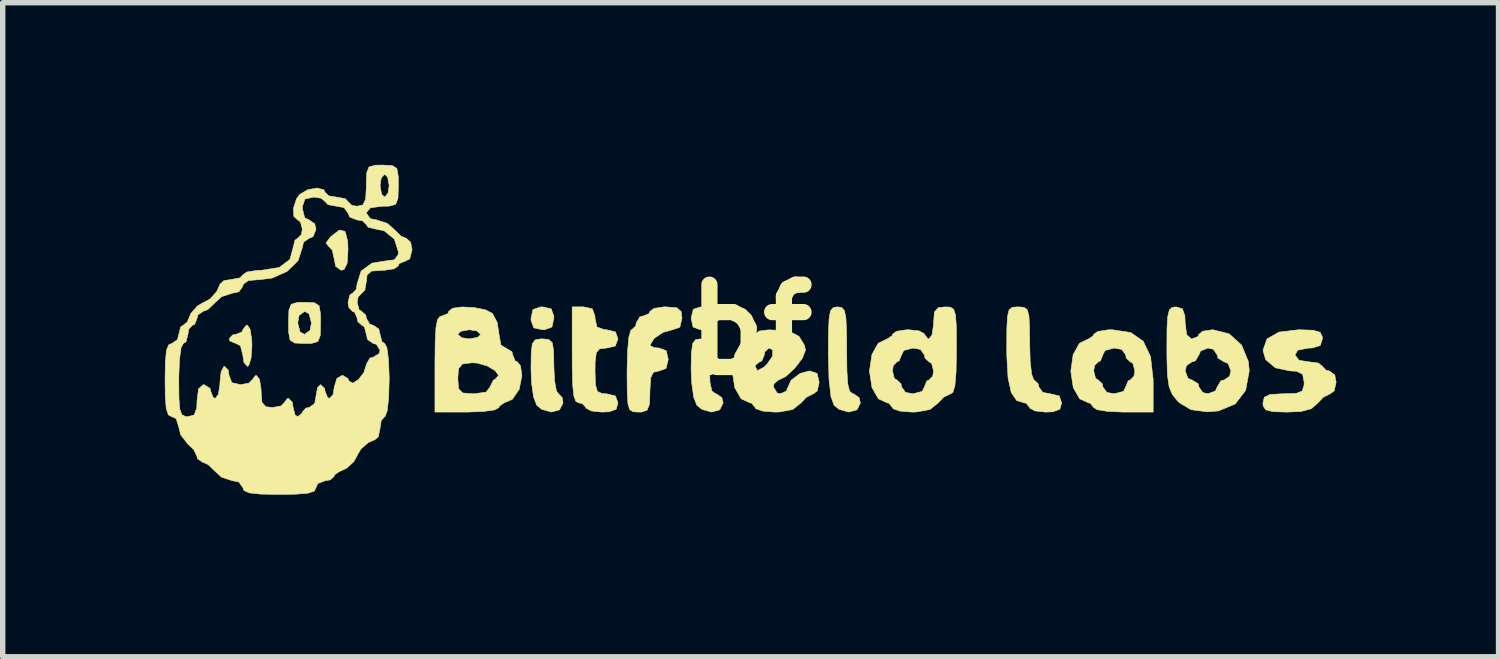
<source format=kicad_pcb>
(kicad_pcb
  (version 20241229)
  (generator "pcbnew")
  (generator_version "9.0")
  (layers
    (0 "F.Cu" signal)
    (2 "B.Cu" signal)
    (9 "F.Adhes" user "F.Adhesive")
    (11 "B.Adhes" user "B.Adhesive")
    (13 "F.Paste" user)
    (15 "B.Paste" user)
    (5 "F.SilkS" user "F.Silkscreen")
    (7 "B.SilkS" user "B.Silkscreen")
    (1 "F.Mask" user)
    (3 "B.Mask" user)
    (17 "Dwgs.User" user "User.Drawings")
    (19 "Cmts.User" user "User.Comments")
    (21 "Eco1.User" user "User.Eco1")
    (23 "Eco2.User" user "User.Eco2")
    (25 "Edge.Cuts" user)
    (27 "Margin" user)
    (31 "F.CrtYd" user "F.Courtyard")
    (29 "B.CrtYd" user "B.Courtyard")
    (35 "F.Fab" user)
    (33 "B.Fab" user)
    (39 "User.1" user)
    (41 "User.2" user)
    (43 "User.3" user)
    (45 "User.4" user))
  (footprint "bf"
    (layer "F.Cu")
    (at 10.842 3.053)
    (property "Reference" "bf" (at 0 0 0) (layer "F.SilkS") (effects (font (size 1.524 1.524) (thickness 0.3))))
    (attr through_hole)
    (fp_poly (pts (xy -0.799 -0.374) (xy -0.762 -0.212) (xy -0.802 -0.046) (xy -0.931 0) (xy -1.064 -0.05) (xy -1.101 -0.212) (xy -1.061 -0.378) (xy -0.931 -0.423) (xy -0.799 -0.374)) (stroke (width 0.01) (type solid)) (fill yes) (layer "F.SilkS"))
    (fp_poly (pts (xy -3.691 -0.388) (xy -3.642 -0.251) (xy -3.641 -0.212) (xy -3.676 -0.051) (xy -3.813 -0.001) (xy -3.852 0) (xy -4.013 -0.035) (xy -4.063 -0.173) (xy -4.064 -0.212) (xy -4.029 -0.373) (xy -3.891 -0.422) (xy -3.852 -0.423) (xy -3.691 -0.388)) (stroke (width 0.01) (type solid)) (fill yes) (layer "F.SilkS"))
    (fp_poly (pts (xy -7.505 -1.82) (xy -7.457 -1.639) (xy -7.451 -1.482) (xy -7.467 -1.231) (xy -7.524 -1.116) (xy -7.578 -1.101) (xy -7.68 -1.174) (xy -7.705 -1.305) (xy -7.743 -1.476) (xy -7.81 -1.545) (xy -7.858 -1.606) (xy -7.773 -1.721) (xy -7.609 -1.846) (xy -7.505 -1.82)) (stroke (width 0.01) (type solid)) (fill yes) (layer "F.SilkS"))
    (fp_poly (pts (xy -9.263 -0.009) (xy -9.233 0.182) (xy -9.229 0.296) (xy -9.245 0.524) (xy -9.288 0.66) (xy -9.313 0.677) (xy -9.377 0.605) (xy -9.398 0.466) (xy -9.442 0.295) (xy -9.525 0.254) (xy -9.638 0.208) (xy -9.652 0.169) (xy -9.583 0.094) (xy -9.525 0.085) (xy -9.412 0.039) (xy -9.398 0) (xy -9.334 -0.082) (xy -9.313 -0.085) (xy -9.263 -0.009)) (stroke (width 0.01) (type solid)) (fill yes) (layer "F.SilkS"))
    (fp_poly (pts (xy -0.837 0.188) (xy -0.786 0.269) (xy -0.765 0.452) (xy -0.762 0.677) (xy -0.752 0.972) (xy -0.718 1.131) (xy -0.65 1.184) (xy -0.635 1.185) (xy -0.532 1.256) (xy -0.508 1.355) (xy -0.572 1.482) (xy -0.724 1.523) (xy -0.901 1.473) (xy -0.995 1.397) (xy -1.054 1.245) (xy -1.091 0.973) (xy -1.101 0.723) (xy -1.095 0.424) (xy -1.072 0.257) (xy -1.02 0.185) (xy -0.931 0.169) (xy -0.837 0.188)) (stroke (width 0.01) (type solid)) (fill yes) (layer "F.SilkS"))
    (fp_poly (pts (xy -3.735 0.18) (xy -3.672 0.239) (xy -3.646 0.385) (xy -3.641 0.66) (xy -3.641 0.677) (xy -3.628 0.948) (xy -3.594 1.131) (xy -3.556 1.185) (xy -3.487 1.256) (xy -3.471 1.355) (xy -3.536 1.482) (xy -3.687 1.523) (xy -3.865 1.473) (xy -3.958 1.397) (xy -4.017 1.245) (xy -4.055 0.973) (xy -4.064 0.723) (xy -4.06 0.426) (xy -4.04 0.26) (xy -3.987 0.188) (xy -3.889 0.17) (xy -3.852 0.169) (xy -3.735 0.18)) (stroke (width 0.01) (type solid)) (fill yes) (layer "F.SilkS"))
    (fp_poly (pts (xy -8.073 -0.5) (xy -7.987 -0.445) (xy -7.96 -0.297) (xy -7.959 -0.127) (xy -7.965 0.107) (xy -8.008 0.218) (xy -8.123 0.252) (xy -8.255 0.254) (xy -8.437 0.246) (xy -8.523 0.191) (xy -8.55 0.043) (xy -8.551 -0.127) (xy -8.382 -0.127) (xy -8.338 0.043) (xy -8.255 0.085) (xy -8.153 0.011) (xy -8.128 -0.127) (xy -8.172 -0.297) (xy -8.255 -0.339) (xy -8.357 -0.265) (xy -8.382 -0.127) (xy -8.551 -0.127) (xy -8.545 -0.361) (xy -8.502 -0.472) (xy -8.387 -0.506) (xy -8.255 -0.508) (xy -8.073 -0.5)) (stroke (width 0.01) (type solid)) (fill yes) (layer "F.SilkS"))
    (fp_poly (pts (xy 1.687 -0.411) (xy 1.737 -0.354) (xy 1.764 -0.22) (xy 1.776 0.022) (xy 1.778 0.381) (xy 1.783 0.764) (xy 1.799 1.007) (xy 1.832 1.137) (xy 1.887 1.184) (xy 1.905 1.185) (xy 2.008 1.256) (xy 2.032 1.355) (xy 1.968 1.482) (xy 1.816 1.523) (xy 1.639 1.473) (xy 1.545 1.397) (xy 1.487 1.235) (xy 1.451 0.911) (xy 1.439 0.429) (xy 1.439 0.427) (xy 1.442 0.041) (xy 1.453 -0.207) (xy 1.478 -0.346) (xy 1.525 -0.408) (xy 1.599 -0.423) (xy 1.609 -0.423) (xy 1.687 -0.411)) (stroke (width 0.01) (type solid)) (fill yes) (layer "F.SilkS"))
    (fp_poly (pts (xy 5.058 -0.416) (xy 5.121 -0.371) (xy 5.152 -0.255) (xy 5.163 -0.031) (xy 5.165 0.254) (xy 5.175 0.589) (xy 5.202 0.825) (xy 5.242 0.929) (xy 5.249 0.931) (xy 5.324 1) (xy 5.334 1.058) (xy 5.408 1.16) (xy 5.546 1.185) (xy 5.712 1.225) (xy 5.757 1.355) (xy 5.724 1.471) (xy 5.595 1.518) (xy 5.461 1.524) (xy 5.265 1.503) (xy 5.167 1.45) (xy 5.165 1.439) (xy 5.099 1.358) (xy 5.074 1.355) (xy 4.925 1.31) (xy 4.824 1.161) (xy 4.765 0.89) (xy 4.742 0.476) (xy 4.741 0.345) (xy 4.743 -0.018) (xy 4.754 -0.243) (xy 4.783 -0.364) (xy 4.839 -0.414) (xy 4.932 -0.423) (xy 4.953 -0.423) (xy 5.058 -0.416)) (stroke (width 0.01) (type solid)) (fill yes) (layer "F.SilkS"))
    (fp_poly (pts (xy -2.929 -0.388) (xy -2.88 -0.251) (xy -2.879 -0.212) (xy -2.844 -0.051) (xy -2.706 -0.001) (xy -2.667 0) (xy -2.501 0.04) (xy -2.455 0.169) (xy -2.505 0.302) (xy -2.667 0.339) (xy -2.793 0.352) (xy -2.855 0.422) (xy -2.877 0.592) (xy -2.879 0.762) (xy -2.872 1.013) (xy -2.837 1.139) (xy -2.752 1.181) (xy -2.667 1.185) (xy -2.501 1.225) (xy -2.455 1.355) (xy -2.488 1.471) (xy -2.618 1.518) (xy -2.752 1.524) (xy -2.948 1.503) (xy -3.045 1.45) (xy -3.048 1.439) (xy -3.117 1.364) (xy -3.175 1.355) (xy -3.233 1.327) (xy -3.271 1.227) (xy -3.292 1.027) (xy -3.301 0.7) (xy -3.302 0.466) (xy -3.302 -0.423) (xy -3.09 -0.423) (xy -2.929 -0.388)) (stroke (width 0.01) (type solid)) (fill yes) (layer "F.SilkS"))
    (fp_poly (pts (xy -1.366 -0.408) (xy -1.284 -0.336) (xy -1.27 -0.212) (xy -1.309 -0.047) (xy -1.445 -0.000001) (xy -1.445 0) (xy -1.622 0.049) (xy -1.786 0.16) (xy -1.862 0.284) (xy -1.863 0.29) (xy -1.791 0.33) (xy -1.693 0.339) (xy -1.561 0.388) (xy -1.524 0.55) (xy -1.564 0.716) (xy -1.693 0.762) (xy -1.799 0.787) (xy -1.849 0.89) (xy -1.863 1.116) (xy -1.863 1.143) (xy -1.871 1.378) (xy -1.915 1.489) (xy -2.017 1.523) (xy -2.074 1.524) (xy -2.175 1.518) (xy -2.237 1.478) (xy -2.27 1.372) (xy -2.283 1.166) (xy -2.286 0.829) (xy -2.286 0.762) (xy -2.277 0.397) (xy -2.253 0.136) (xy -2.215 0.008) (xy -2.201 0) (xy -2.126 -0.069) (xy -2.117 -0.127) (xy -2.049 -0.239) (xy -1.99 -0.254) (xy -1.877 -0.3) (xy -1.863 -0.339) (xy -1.788 -0.395) (xy -1.605 -0.423) (xy -1.566 -0.423) (xy -1.366 -0.408)) (stroke (width 0.01) (type solid)) (fill yes) (layer "F.SilkS"))
    (fp_poly (pts (xy 10.41 0.009) (xy 10.539 0.046) (xy 10.581 0.127) (xy 10.583 0.169) (xy 10.543 0.293) (xy 10.395 0.337) (xy 10.329 0.339) (xy 10.128 0.377) (xy 10.075 0.466) (xy 10.151 0.566) (xy 10.329 0.593) (xy 10.508 0.617) (xy 10.583 0.676) (xy 10.583 0.677) (xy 10.652 0.752) (xy 10.71 0.762) (xy 10.812 0.836) (xy 10.837 0.974) (xy 10.8 1.133) (xy 10.729 1.185) (xy 10.6 1.248) (xy 10.499 1.355) (xy 10.379 1.461) (xy 10.187 1.513) (xy 9.93 1.524) (xy 9.667 1.516) (xy 9.533 1.482) (xy 9.486 1.406) (xy 9.483 1.355) (xy 9.508 1.249) (xy 9.611 1.199) (xy 9.836 1.185) (xy 9.864 1.185) (xy 10.099 1.177) (xy 10.21 1.133) (xy 10.243 1.031) (xy 10.245 0.974) (xy 10.218 0.824) (xy 10.105 0.768) (xy 9.985 0.762) (xy 9.713 0.705) (xy 9.533 0.553) (xy 9.483 0.381) (xy 9.557 0.171) (xy 9.777 0.044) (xy 10.144 0.000021) (xy 10.154 0) (xy 10.41 0.009)) (stroke (width 0.01) (type solid)) (fill yes) (layer "F.SilkS"))
    (fp_poly (pts (xy 7.034 0.051) (xy 7.267 0.212) (xy 7.402 0.496) (xy 7.45 0.918) (xy 7.451 0.97) (xy 7.451 1.524) (xy 6.9 1.524) (xy 6.613 1.512) (xy 6.416 1.48) (xy 6.35 1.439) (xy 6.285 1.358) (xy 6.259 1.355) (xy 6.09 1.278) (xy 5.972 1.071) (xy 5.927 0.772) (xy 5.927 0.762) (xy 6.35 0.762) (xy 6.385 0.9) (xy 6.435 0.931) (xy 6.51 1) (xy 6.519 1.058) (xy 6.593 1.16) (xy 6.731 1.185) (xy 6.901 1.141) (xy 6.943 1.058) (xy 6.988 0.946) (xy 7.027 0.931) (xy 7.096 0.86) (xy 7.112 0.762) (xy 7.077 0.624) (xy 7.027 0.593) (xy 6.952 0.524) (xy 6.943 0.466) (xy 6.869 0.364) (xy 6.731 0.339) (xy 6.561 0.383) (xy 6.519 0.466) (xy 6.474 0.578) (xy 6.435 0.593) (xy 6.366 0.664) (xy 6.35 0.762) (xy 5.927 0.762) (xy 5.97 0.461) (xy 6.086 0.251) (xy 6.254 0.169) (xy 6.259 0.169) (xy 6.346 0.108) (xy 6.35 0.085) (xy 6.425 0.032) (xy 6.613 0.002) (xy 6.693 0) (xy 7.034 0.051)) (stroke (width 0.01) (type solid)) (fill yes) (layer "F.SilkS"))
    (fp_poly (pts (xy 7.991 -0.39) (xy 8.038 -0.261) (xy 8.043 -0.127) (xy 8.071 0.092) (xy 8.159 0.169) (xy 8.17 0.169) (xy 8.283 0.124) (xy 8.297 0.085) (xy 8.371 0.026) (xy 8.549 0.000025) (xy 8.555 0) (xy 8.858 0.076) (xy 9.087 0.283) (xy 9.213 0.59) (xy 9.229 0.762) (xy 9.162 1.123) (xy 8.97 1.373) (xy 8.661 1.502) (xy 8.449 1.519) (xy 8.149 1.479) (xy 7.935 1.35) (xy 7.895 1.31) (xy 7.803 1.193) (xy 7.746 1.053) (xy 7.716 0.849) (xy 7.713 0.762) (xy 8.043 0.762) (xy 8.096 0.9) (xy 8.17 0.931) (xy 8.283 0.999) (xy 8.297 1.058) (xy 8.368 1.162) (xy 8.467 1.185) (xy 8.605 1.132) (xy 8.636 1.058) (xy 8.704 0.946) (xy 8.763 0.931) (xy 8.866 0.861) (xy 8.89 0.762) (xy 8.837 0.624) (xy 8.763 0.593) (xy 8.651 0.525) (xy 8.636 0.466) (xy 8.565 0.362) (xy 8.467 0.339) (xy 8.329 0.392) (xy 8.297 0.466) (xy 8.23 0.578) (xy 8.17 0.593) (xy 8.067 0.663) (xy 8.043 0.762) (xy 7.713 0.762) (xy 7.706 0.539) (xy 7.705 0.342) (xy 7.707 -0.021) (xy 7.721 -0.247) (xy 7.751 -0.368) (xy 7.807 -0.416) (xy 7.874 -0.423) (xy 7.991 -0.39)) (stroke (width 0.01) (type solid)) (fill yes) (layer "F.SilkS"))
    (fp_poly (pts (xy 0.557 0.012) (xy 0.765 0.054) (xy 0.895 0.121) (xy 0.997 0.287) (xy 1.016 0.379) (xy 0.958 0.528) (xy 0.819 0.709) (xy 0.654 0.863) (xy 0.516 0.931) (xy 0.512 0.931) (xy 0.433 1) (xy 0.423 1.058) (xy 0.491 1.171) (xy 0.55 1.185) (xy 0.663 1.136) (xy 0.677 1.095) (xy 0.75 0.935) (xy 0.92 0.806) (xy 1.095 0.762) (xy 1.231 0.809) (xy 1.27 0.974) (xy 1.27 0.974) (xy 1.233 1.133) (xy 1.162 1.185) (xy 1.033 1.248) (xy 0.931 1.355) (xy 0.78 1.476) (xy 0.53 1.522) (xy 0.447 1.524) (xy 0.226 1.506) (xy 0.098 1.462) (xy 0.085 1.439) (xy 0.019 1.358) (xy -0.006 1.355) (xy -0.175 1.278) (xy -0.293 1.071) (xy -0.339 0.772) (xy -0.339 0.762) (xy -0.327 0.677) (xy 0.085 0.677) (xy 0.126 0.757) (xy 0.248 0.692) (xy 0.302 0.641) (xy 0.406 0.489) (xy 0.409 0.372) (xy 0.339 0.339) (xy 0.264 0.407) (xy 0.254 0.466) (xy 0.208 0.578) (xy 0.169 0.593) (xy 0.087 0.657) (xy 0.085 0.677) (xy -0.327 0.677) (xy -0.295 0.461) (xy -0.179 0.251) (xy -0.012 0.169) (xy -0.006 0.169) (xy 0.081 0.108) (xy 0.085 0.085) (xy 0.157 0.025) (xy 0.334 0.002) (xy 0.557 0.012)) (stroke (width 0.01) (type solid)) (fill yes) (layer "F.SilkS"))
    (fp_poly (pts (xy -5.116 -0.411) (xy -4.908 -0.369) (xy -4.778 -0.302) (xy -4.69 -0.134) (xy -4.657 0.079) (xy -4.621 0.283) (xy -4.53 0.339) (xy -4.417 0.406) (xy -4.403 0.466) (xy -4.357 0.578) (xy -4.318 0.593) (xy -4.259 0.666) (xy -4.233 0.845) (xy -4.233 0.853) (xy -4.283 1.103) (xy -4.41 1.288) (xy -4.566 1.355) (xy -4.653 1.416) (xy -4.657 1.439) (xy -4.735 1.483) (xy -4.945 1.513) (xy -5.249 1.524) (xy -5.249 1.524) (xy -5.842 1.524) (xy -5.842 0.902) (xy -5.419 0.902) (xy -5.405 1.092) (xy -5.328 1.17) (xy -5.137 1.185) (xy -5.122 1.185) (xy -4.897 1.155) (xy -4.826 1.065) (xy -4.763 0.935) (xy -4.721 0.91) (xy -4.664 0.845) (xy -4.728 0.756) (xy -4.872 0.671) (xy -5.057 0.617) (xy -5.153 0.611) (xy -5.334 0.633) (xy -5.406 0.722) (xy -5.419 0.902) (xy -5.842 0.902) (xy -5.842 0.635) (xy -5.838 0.229) (xy -5.83 0.085) (xy -5.419 0.085) (xy -5.346 0.148) (xy -5.207 0.169) (xy -5.048 0.14) (xy -4.995 0.085) (xy -5.068 0.021) (xy -5.207 0) (xy -5.366 0.029) (xy -5.419 0.085) (xy -5.83 0.085) (xy -5.824 -0.035) (xy -5.795 -0.185) (xy -5.748 -0.247) (xy -5.715 -0.254) (xy -5.602 -0.3) (xy -5.588 -0.339) (xy -5.516 -0.398) (xy -5.338 -0.422) (xy -5.116 -0.411)) (stroke (width 0.01) (type solid)) (fill yes) (layer "F.SilkS"))
    (fp_poly (pts (xy 3.696 -0.418) (xy 3.758 -0.38) (xy 3.792 -0.278) (xy 3.807 -0.08) (xy 3.81 0.245) (xy 3.81 0.381) (xy 3.803 0.782) (xy 3.782 1.034) (xy 3.743 1.161) (xy 3.702 1.185) (xy 3.573 1.248) (xy 3.471 1.355) (xy 3.32 1.476) (xy 3.07 1.522) (xy 2.987 1.524) (xy 2.766 1.506) (xy 2.638 1.462) (xy 2.625 1.439) (xy 2.559 1.358) (xy 2.534 1.355) (xy 2.365 1.278) (xy 2.247 1.071) (xy 2.201 0.772) (xy 2.201 0.762) (xy 2.625 0.762) (xy 2.66 0.9) (xy 2.709 0.931) (xy 2.784 1) (xy 2.794 1.058) (xy 2.868 1.16) (xy 3.006 1.185) (xy 3.176 1.141) (xy 3.217 1.058) (xy 3.263 0.946) (xy 3.302 0.931) (xy 3.371 0.86) (xy 3.387 0.762) (xy 3.351 0.624) (xy 3.302 0.593) (xy 3.227 0.524) (xy 3.217 0.466) (xy 3.144 0.364) (xy 3.006 0.339) (xy 2.835 0.383) (xy 2.794 0.466) (xy 2.748 0.578) (xy 2.709 0.593) (xy 2.641 0.664) (xy 2.625 0.762) (xy 2.201 0.762) (xy 2.245 0.461) (xy 2.361 0.251) (xy 2.528 0.169) (xy 2.534 0.169) (xy 2.621 0.108) (xy 2.625 0.085) (xy 2.699 0.029) (xy 2.882 0.001) (xy 2.921 0) (xy 3.117 0.021) (xy 3.215 0.074) (xy 3.217 0.085) (xy 3.282 0.167) (xy 3.302 0.169) (xy 3.358 0.095) (xy 3.386 -0.088) (xy 3.387 -0.127) (xy 3.402 -0.327) (xy 3.474 -0.409) (xy 3.598 -0.423) (xy 3.696 -0.418)) (stroke (width 0.01) (type solid)) (fill yes) (layer "F.SilkS"))
    (fp_poly (pts (xy -6.634 -3.04) (xy -6.547 -2.985) (xy -6.521 -2.837) (xy -6.519 -2.667) (xy -6.526 -2.433) (xy -6.569 -2.322) (xy -6.684 -2.288) (xy -6.816 -2.286) (xy -7.035 -2.258) (xy -7.111 -2.171) (xy -7.112 -2.159) (xy -7.039 -2.056) (xy -6.919 -2.032) (xy -6.72 -1.967) (xy -6.604 -1.863) (xy -6.469 -1.732) (xy -6.374 -1.693) (xy -6.292 -1.621) (xy -6.265 -1.482) (xy -6.309 -1.311) (xy -6.392 -1.27) (xy -6.505 -1.224) (xy -6.519 -1.185) (xy -6.594 -1.129) (xy -6.777 -1.101) (xy -6.816 -1.101) (xy -7.016 -1.085) (xy -7.098 -1.014) (xy -7.112 -0.889) (xy -7.141 -0.73) (xy -7.197 -0.677) (xy -7.265 -0.606) (xy -7.281 -0.508) (xy -7.246 -0.37) (xy -7.197 -0.339) (xy -7.122 -0.27) (xy -7.112 -0.212) (xy -7.044 -0.099) (xy -6.985 -0.085) (xy -6.882 -0.014) (xy -6.858 0.085) (xy -6.823 0.222) (xy -6.773 0.254) (xy -6.731 0.333) (xy -6.702 0.549) (xy -6.689 0.871) (xy -6.689 0.931) (xy -6.699 1.267) (xy -6.726 1.502) (xy -6.766 1.606) (xy -6.773 1.609) (xy -6.837 1.681) (xy -6.858 1.82) (xy -6.889 1.979) (xy -6.949 2.032) (xy -7.076 2.088) (xy -7.213 2.208) (xy -7.281 2.324) (xy -7.281 2.328) (xy -7.344 2.442) (xy -7.479 2.564) (xy -7.609 2.624) (xy -7.614 2.625) (xy -7.701 2.686) (xy -7.705 2.709) (xy -7.776 2.778) (xy -7.874 2.794) (xy -8.012 2.847) (xy -8.043 2.921) (xy -8.075 2.986) (xy -8.191 3.025) (xy -8.421 3.044) (xy -8.721 3.048) (xy -9.068 3.042) (xy -9.277 3.02) (xy -9.376 2.977) (xy -9.398 2.921) (xy -9.471 2.818) (xy -9.591 2.794) (xy -9.79 2.729) (xy -9.906 2.625) (xy -10.041 2.494) (xy -10.136 2.455) (xy -10.236 2.389) (xy -10.245 2.347) (xy -10.307 2.218) (xy -10.414 2.117) (xy -10.547 1.946) (xy -10.583 1.802) (xy -10.631 1.645) (xy -10.71 1.609) (xy -10.775 1.577) (xy -10.815 1.461) (xy -10.833 1.231) (xy -10.837 0.931) (xy -10.583 0.931) (xy -10.58 1.269) (xy -10.564 1.471) (xy -10.526 1.572) (xy -10.459 1.606) (xy -10.414 1.609) (xy -10.297 1.576) (xy -10.25 1.446) (xy -10.245 1.312) (xy -10.217 1.093) (xy -10.129 1.017) (xy -10.118 1.016) (xy -10.005 1.084) (xy -9.991 1.143) (xy -9.945 1.256) (xy -9.906 1.27) (xy -9.85 1.196) (xy -9.822 1.013) (xy -9.821 0.974) (xy -9.8 0.778) (xy -9.748 0.68) (xy -9.737 0.677) (xy -9.668 0.748) (xy -9.652 0.847) (xy -9.602 0.979) (xy -9.44 1.016) (xy -9.281 0.987) (xy -9.229 0.931) (xy -9.164 0.849) (xy -9.144 0.847) (xy -9.088 0.921) (xy -9.06 1.104) (xy -9.059 1.143) (xy -9.044 1.343) (xy -8.972 1.425) (xy -8.848 1.439) (xy -8.689 1.41) (xy -8.636 1.355) (xy -8.572 1.272) (xy -8.551 1.27) (xy -8.483 1.341) (xy -8.467 1.439) (xy -8.431 1.577) (xy -8.382 1.609) (xy -8.3 1.544) (xy -8.297 1.524) (xy -8.229 1.449) (xy -8.17 1.439) (xy -8.068 1.366) (xy -8.043 1.228) (xy -8.014 1.069) (xy -7.959 1.016) (xy -7.884 1.085) (xy -7.874 1.143) (xy -7.828 1.256) (xy -7.789 1.27) (xy -7.726 1.198) (xy -7.705 1.058) (xy -7.657 0.902) (xy -7.554 0.842) (xy -7.452 0.903) (xy -7.43 0.952) (xy -7.362 0.989) (xy -7.256 0.921) (xy -7.158 0.793) (xy -7.112 0.648) (xy -7.112 0.641) (xy -7.047 0.525) (xy -6.985 0.508) (xy -6.873 0.44) (xy -6.858 0.381) (xy -6.926 0.269) (xy -6.985 0.254) (xy -7.088 0.183) (xy -7.112 0.085) (xy -7.147 -0.053) (xy -7.197 -0.085) (xy -7.272 -0.153) (xy -7.281 -0.212) (xy -7.327 -0.324) (xy -7.366 -0.339) (xy -7.435 -0.41) (xy -7.451 -0.508) (xy -7.415 -0.646) (xy -7.366 -0.677) (xy -7.298 -0.749) (xy -7.281 -0.853) (xy -7.208 -1.087) (xy -7.006 -1.233) (xy -6.779 -1.27) (xy -6.592 -1.295) (xy -6.523 -1.388) (xy -6.519 -1.445) (xy -6.594 -1.679) (xy -6.783 -1.832) (xy -6.937 -1.863) (xy -7.077 -1.897) (xy -7.112 -1.947) (xy -7.183 -2.016) (xy -7.281 -2.032) (xy -7.419 -2.085) (xy -7.451 -2.159) (xy -7.524 -2.261) (xy -7.662 -2.286) (xy -7.821 -2.315) (xy -7.874 -2.371) (xy -7.946 -2.434) (xy -8.086 -2.455) (xy -8.247 -2.42) (xy -8.296 -2.283) (xy -8.297 -2.244) (xy -8.253 -2.073) (xy -8.17 -2.032) (xy -8.067 -1.961) (xy -8.043 -1.863) (xy -8.096 -1.725) (xy -8.17 -1.693) (xy -8.274 -1.622) (xy -8.297 -1.52) (xy -8.374 -1.281) (xy -8.576 -1.081) (xy -8.857 -0.956) (xy -9.055 -0.931) (xy -9.292 -0.911) (xy -9.391 -0.843) (xy -9.398 -0.804) (xy -9.471 -0.702) (xy -9.591 -0.677) (xy -9.79 -0.612) (xy -9.906 -0.508) (xy -10.041 -0.377) (xy -10.136 -0.339) (xy -10.232 -0.271) (xy -10.245 -0.212) (xy -10.29 -0.099) (xy -10.329 -0.085) (xy -10.398 -0.014) (xy -10.414 0.085) (xy -10.449 0.222) (xy -10.499 0.254) (xy -10.541 0.333) (xy -10.57 0.549) (xy -10.583 0.871) (xy -10.583 0.931) (xy -10.837 0.931) (xy -10.831 0.584) (xy -10.81 0.375) (xy -10.767 0.276) (xy -10.71 0.254) (xy -10.607 0.183) (xy -10.583 0.085) (xy -10.548 -0.053) (xy -10.499 -0.085) (xy -10.417 -0.15) (xy -10.414 -0.175) (xy -10.358 -0.303) (xy -10.238 -0.44) (xy -10.122 -0.508) (xy -10.118 -0.508) (xy -10.004 -0.57) (xy -9.882 -0.705) (xy -9.822 -0.835) (xy -9.821 -0.841) (xy -9.749 -0.909) (xy -9.61 -0.931) (xy -9.451 -0.96) (xy -9.398 -1.016) (xy -9.323 -1.069) (xy -9.135 -1.098) (xy -9.053 -1.101) (xy -8.726 -1.152) (xy -8.527 -1.3) (xy -8.467 -1.518) (xy -8.432 -1.659) (xy -8.382 -1.693) (xy -8.313 -1.764) (xy -8.297 -1.863) (xy -8.333 -2) (xy -8.382 -2.032) (xy -8.454 -2.098) (xy -8.46 -2.25) (xy -8.406 -2.42) (xy -8.346 -2.504) (xy -8.197 -2.592) (xy -8.026 -2.623) (xy -7.9 -2.591) (xy -7.874 -2.54) (xy -7.802 -2.476) (xy -7.662 -2.455) (xy -7.503 -2.426) (xy -7.451 -2.371) (xy -7.38 -2.302) (xy -7.281 -2.286) (xy -7.176 -2.311) (xy -7.125 -2.414) (xy -7.112 -2.64) (xy -7.112 -2.667) (xy -6.858 -2.667) (xy -6.829 -2.508) (xy -6.773 -2.455) (xy -6.71 -2.528) (xy -6.689 -2.667) (xy -6.718 -2.826) (xy -6.773 -2.879) (xy -6.837 -2.806) (xy -6.858 -2.667) (xy -7.112 -2.667) (xy -7.106 -2.901) (xy -7.063 -3.012) (xy -6.948 -3.046) (xy -6.816 -3.048) (xy -6.634 -3.04)) (stroke (width 0.01) (type solid)) (fill yes) (layer "F.SilkS")))
  (gr_rect
    (start -3 -3)
    (end 24.685 9.106)
    (stroke (width 0.1) (type default))
    (fill no)
    (layer "Edge.Cuts")))
</source>
